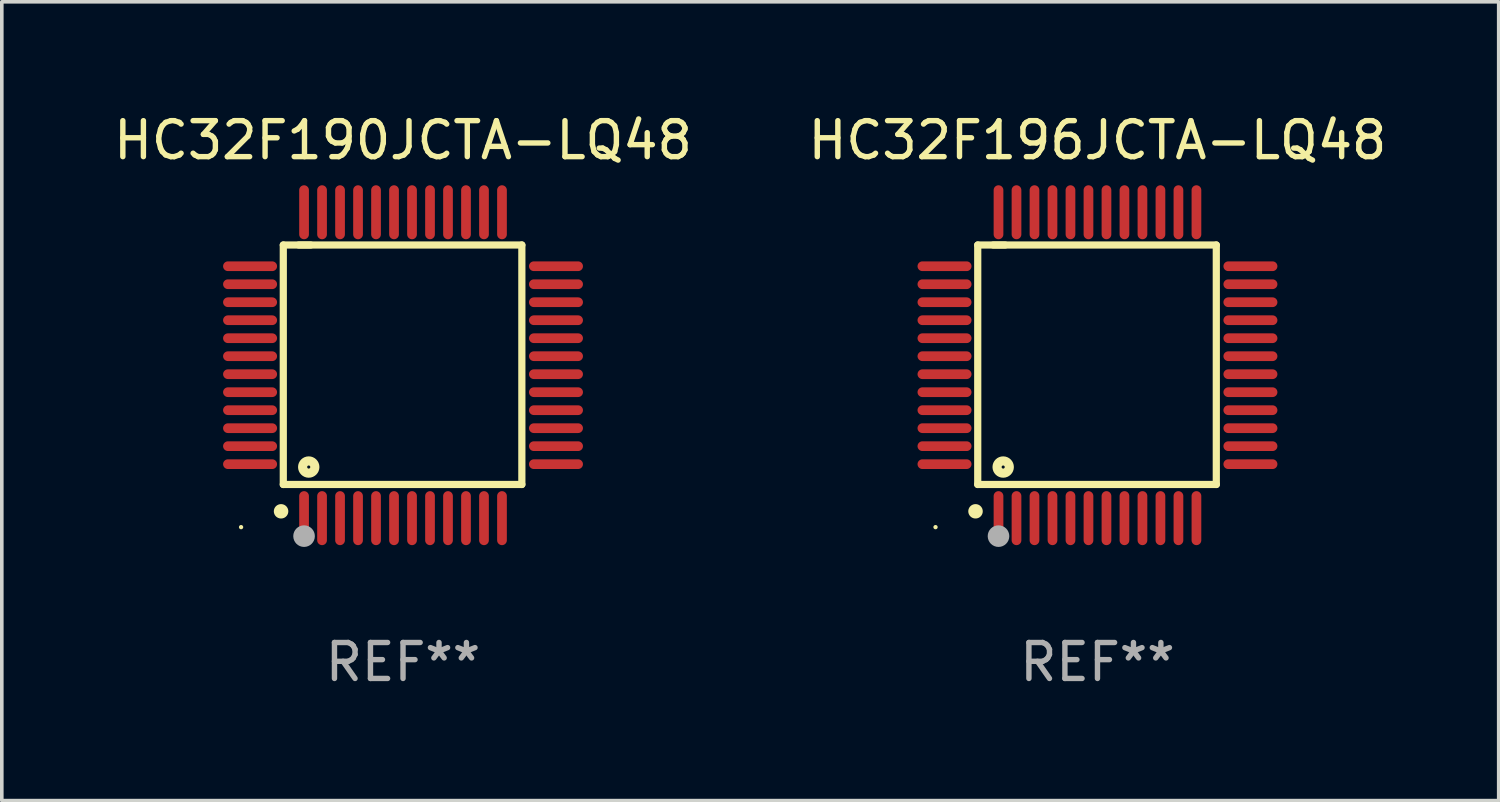
<source format=kicad_pcb>
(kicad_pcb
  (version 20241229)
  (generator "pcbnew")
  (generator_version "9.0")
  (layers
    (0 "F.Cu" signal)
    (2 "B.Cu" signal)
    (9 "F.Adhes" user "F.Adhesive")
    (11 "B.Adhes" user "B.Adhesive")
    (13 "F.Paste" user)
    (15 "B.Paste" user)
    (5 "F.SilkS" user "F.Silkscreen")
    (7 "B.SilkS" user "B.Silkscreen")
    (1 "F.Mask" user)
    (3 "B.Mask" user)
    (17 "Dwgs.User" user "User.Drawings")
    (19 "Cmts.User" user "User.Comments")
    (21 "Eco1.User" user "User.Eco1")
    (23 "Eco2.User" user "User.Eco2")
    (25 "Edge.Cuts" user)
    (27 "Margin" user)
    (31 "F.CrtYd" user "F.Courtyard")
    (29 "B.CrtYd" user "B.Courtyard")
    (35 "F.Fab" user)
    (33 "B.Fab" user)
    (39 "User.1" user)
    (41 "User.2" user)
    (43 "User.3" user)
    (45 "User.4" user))
  (footprint "HC32F196JCTA-LQ48"
    (layer "F.Cu")
    (at 27.446 7.098)
    (property "Reference" "HC32F196JCTA-LQ48" (at 0 -6.25 0) (layer "F.SilkS") (effects (font (size 1 1) (thickness 0.15))))
    (attr through_hole)
    (fp_line (start -3.327 -3.34) (end -2.565 -3.34) (stroke (width 0.2) (type solid)) (layer "F.SilkS"))
    (fp_line (start -3.327 3.315) (end -3.327 -3.34) (stroke (width 0.2) (type solid)) (layer "F.SilkS"))
    (fp_line (start -2.896 -3.34) (end 3.302 -3.34) (stroke (width 0.2) (type solid)) (layer "F.SilkS"))
    (fp_line (start 3.302 -3.34) (end 3.302 3.315) (stroke (width 0.2) (type solid)) (layer "F.SilkS"))
    (fp_line (start 3.302 3.315) (end -3.327 3.315) (stroke (width 0.2) (type solid)) (layer "F.SilkS"))
    (fp_arc (start -3.389992 4.059995) (mid -3.388722 4.059991) (end -3.387452 4.059995) (stroke (width 0.4) (type solid)) (layer "F.SilkS"))
    (fp_circle (center -4.5 4.5) (end -4.47 4.5) (stroke (width 0.06) (type solid)) (fill no) (layer "F.SilkS"))
    (fp_circle (center -2.62 2.83) (end -2.45 2.83) (stroke (width 0.254) (type solid)) (fill no) (layer "F.SilkS"))
    (fp_circle (center -2.75 4.75) (end -2.6 4.75) (stroke (width 0.3) (type solid)) (fill no) (layer "F.Fab"))
    (fp_text user "REF**" (at 0 8.25 0) (layer "F.Fab") (effects (font (size 1 1) (thickness 0.15))))
    (pad "1" smd oval (at -2.75 4.25) (size 0.27 1.5) (layers "F.Cu" "F.Mask" "F.Paste"))
    (pad "2" smd oval (at -2.25 4.25) (size 0.27 1.5) (layers "F.Cu" "F.Mask" "F.Paste"))
    (pad "3" smd oval (at -1.75 4.25) (size 0.27 1.5) (layers "F.Cu" "F.Mask" "F.Paste"))
    (pad "4" smd oval (at -1.25 4.25) (size 0.27 1.5) (layers "F.Cu" "F.Mask" "F.Paste"))
    (pad "5" smd oval (at -0.75 4.25) (size 0.27 1.5) (layers "F.Cu" "F.Mask" "F.Paste"))
    (pad "6" smd oval (at -0.25 4.25) (size 0.27 1.5) (layers "F.Cu" "F.Mask" "F.Paste"))
    (pad "7" smd oval (at 0.25 4.25) (size 0.27 1.5) (layers "F.Cu" "F.Mask" "F.Paste"))
    (pad "8" smd oval (at 0.75 4.25) (size 0.27 1.5) (layers "F.Cu" "F.Mask" "F.Paste"))
    (pad "9" smd oval (at 1.25 4.25) (size 0.27 1.5) (layers "F.Cu" "F.Mask" "F.Paste"))
    (pad "10" smd oval (at 1.75 4.25) (size 0.27 1.5) (layers "F.Cu" "F.Mask" "F.Paste"))
    (pad "11" smd oval (at 2.25 4.25) (size 0.27 1.5) (layers "F.Cu" "F.Mask" "F.Paste"))
    (pad "12" smd oval (at 2.75 4.25) (size 0.27 1.5) (layers "F.Cu" "F.Mask" "F.Paste"))
    (pad "13" smd oval (at 4.25 2.75) (size 1.5 0.27) (layers "F.Cu" "F.Mask" "F.Paste"))
    (pad "14" smd oval (at 4.25 2.25) (size 1.5 0.27) (layers "F.Cu" "F.Mask" "F.Paste"))
    (pad "15" smd oval (at 4.25 1.75) (size 1.5 0.27) (layers "F.Cu" "F.Mask" "F.Paste"))
    (pad "16" smd oval (at 4.25 1.25) (size 1.5 0.27) (layers "F.Cu" "F.Mask" "F.Paste"))
    (pad "17" smd oval (at 4.25 0.75) (size 1.5 0.27) (layers "F.Cu" "F.Mask" "F.Paste"))
    (pad "18" smd oval (at 4.25 0.25) (size 1.5 0.27) (layers "F.Cu" "F.Mask" "F.Paste"))
    (pad "19" smd oval (at 4.25 -0.25) (size 1.5 0.27) (layers "F.Cu" "F.Mask" "F.Paste"))
    (pad "20" smd oval (at 4.25 -0.75) (size 1.5 0.27) (layers "F.Cu" "F.Mask" "F.Paste"))
    (pad "21" smd oval (at 4.25 -1.25) (size 1.5 0.27) (layers "F.Cu" "F.Mask" "F.Paste"))
    (pad "22" smd oval (at 4.25 -1.75) (size 1.5 0.27) (layers "F.Cu" "F.Mask" "F.Paste"))
    (pad "23" smd oval (at 4.25 -2.25) (size 1.5 0.27) (layers "F.Cu" "F.Mask" "F.Paste"))
    (pad "24" smd oval (at 4.25 -2.75) (size 1.5 0.27) (layers "F.Cu" "F.Mask" "F.Paste"))
    (pad "25" smd oval (at 2.75 -4.25) (size 0.27 1.5) (layers "F.Cu" "F.Mask" "F.Paste"))
    (pad "26" smd oval (at 2.25 -4.25) (size 0.27 1.5) (layers "F.Cu" "F.Mask" "F.Paste"))
    (pad "27" smd oval (at 1.75 -4.25) (size 0.27 1.5) (layers "F.Cu" "F.Mask" "F.Paste"))
    (pad "28" smd oval (at 1.25 -4.25) (size 0.27 1.5) (layers "F.Cu" "F.Mask" "F.Paste"))
    (pad "29" smd oval (at 0.75 -4.25) (size 0.27 1.5) (layers "F.Cu" "F.Mask" "F.Paste"))
    (pad "30" smd oval (at 0.25 -4.25) (size 0.27 1.5) (layers "F.Cu" "F.Mask" "F.Paste"))
    (pad "31" smd oval (at -0.25 -4.25) (size 0.27 1.5) (layers "F.Cu" "F.Mask" "F.Paste"))
    (pad "32" smd oval (at -0.75 -4.25) (size 0.27 1.5) (layers "F.Cu" "F.Mask" "F.Paste"))
    (pad "33" smd oval (at -1.25 -4.25) (size 0.27 1.5) (layers "F.Cu" "F.Mask" "F.Paste"))
    (pad "34" smd oval (at -1.75 -4.25) (size 0.27 1.5) (layers "F.Cu" "F.Mask" "F.Paste"))
    (pad "35" smd oval (at -2.25 -4.25) (size 0.27 1.5) (layers "F.Cu" "F.Mask" "F.Paste"))
    (pad "36" smd oval (at -2.75 -4.25) (size 0.27 1.5) (layers "F.Cu" "F.Mask" "F.Paste"))
    (pad "37" smd oval (at -4.25 -2.75) (size 1.5 0.27) (layers "F.Cu" "F.Mask" "F.Paste"))
    (pad "38" smd oval (at -4.25 -2.25) (size 1.5 0.27) (layers "F.Cu" "F.Mask" "F.Paste"))
    (pad "39" smd oval (at -4.25 -1.75) (size 1.5 0.27) (layers "F.Cu" "F.Mask" "F.Paste"))
    (pad "40" smd oval (at -4.25 -1.25) (size 1.5 0.27) (layers "F.Cu" "F.Mask" "F.Paste"))
    (pad "41" smd oval (at -4.25 -0.75) (size 1.5 0.27) (layers "F.Cu" "F.Mask" "F.Paste"))
    (pad "42" smd oval (at -4.25 -0.25) (size 1.5 0.27) (layers "F.Cu" "F.Mask" "F.Paste"))
    (pad "43" smd oval (at -4.25 0.25) (size 1.5 0.27) (layers "F.Cu" "F.Mask" "F.Paste"))
    (pad "44" smd oval (at -4.25 0.75) (size 1.5 0.27) (layers "F.Cu" "F.Mask" "F.Paste"))
    (pad "45" smd oval (at -4.25 1.25) (size 1.5 0.27) (layers "F.Cu" "F.Mask" "F.Paste"))
    (pad "46" smd oval (at -4.25 1.75) (size 1.5 0.27) (layers "F.Cu" "F.Mask" "F.Paste"))
    (pad "47" smd oval (at -4.25 2.25) (size 1.5 0.27) (layers "F.Cu" "F.Mask" "F.Paste"))
    (pad "48" smd oval (at -4.25 2.75) (size 1.5 0.27) (layers "F.Cu" "F.Mask" "F.Paste")))
  (footprint "HC32F190JCTA-LQ48"
    (layer "F.Cu")
    (at 8.149 7.098)
    (property "Reference" "HC32F190JCTA-LQ48" (at 0 -6.25 0) (layer "F.SilkS") (effects (font (size 1 1) (thickness 0.15))))
    (attr through_hole)
    (fp_line (start -3.327 -3.34) (end -2.565 -3.34) (stroke (width 0.2) (type solid)) (layer "F.SilkS"))
    (fp_line (start -3.327 3.315) (end -3.327 -3.34) (stroke (width 0.2) (type solid)) (layer "F.SilkS"))
    (fp_line (start -2.896 -3.34) (end 3.302 -3.34) (stroke (width 0.2) (type solid)) (layer "F.SilkS"))
    (fp_line (start 3.302 -3.34) (end 3.302 3.315) (stroke (width 0.2) (type solid)) (layer "F.SilkS"))
    (fp_line (start 3.302 3.315) (end -3.327 3.315) (stroke (width 0.2) (type solid)) (layer "F.SilkS"))
    (fp_arc (start -3.389992 4.059995) (mid -3.388722 4.059991) (end -3.387452 4.059995) (stroke (width 0.4) (type solid)) (layer "F.SilkS"))
    (fp_circle (center -4.5 4.5) (end -4.47 4.5) (stroke (width 0.06) (type solid)) (fill no) (layer "F.SilkS"))
    (fp_circle (center -2.62 2.83) (end -2.45 2.83) (stroke (width 0.254) (type solid)) (fill no) (layer "F.SilkS"))
    (fp_circle (center -2.75 4.75) (end -2.6 4.75) (stroke (width 0.3) (type solid)) (fill no) (layer "F.Fab"))
    (fp_text user "REF**" (at 0 8.25 0) (layer "F.Fab") (effects (font (size 1 1) (thickness 0.15))))
    (pad "1" smd oval (at -2.75 4.25) (size 0.27 1.5) (layers "F.Cu" "F.Mask" "F.Paste"))
    (pad "2" smd oval (at -2.25 4.25) (size 0.27 1.5) (layers "F.Cu" "F.Mask" "F.Paste"))
    (pad "3" smd oval (at -1.75 4.25) (size 0.27 1.5) (layers "F.Cu" "F.Mask" "F.Paste"))
    (pad "4" smd oval (at -1.25 4.25) (size 0.27 1.5) (layers "F.Cu" "F.Mask" "F.Paste"))
    (pad "5" smd oval (at -0.75 4.25) (size 0.27 1.5) (layers "F.Cu" "F.Mask" "F.Paste"))
    (pad "6" smd oval (at -0.25 4.25) (size 0.27 1.5) (layers "F.Cu" "F.Mask" "F.Paste"))
    (pad "7" smd oval (at 0.25 4.25) (size 0.27 1.5) (layers "F.Cu" "F.Mask" "F.Paste"))
    (pad "8" smd oval (at 0.75 4.25) (size 0.27 1.5) (layers "F.Cu" "F.Mask" "F.Paste"))
    (pad "9" smd oval (at 1.25 4.25) (size 0.27 1.5) (layers "F.Cu" "F.Mask" "F.Paste"))
    (pad "10" smd oval (at 1.75 4.25) (size 0.27 1.5) (layers "F.Cu" "F.Mask" "F.Paste"))
    (pad "11" smd oval (at 2.25 4.25) (size 0.27 1.5) (layers "F.Cu" "F.Mask" "F.Paste"))
    (pad "12" smd oval (at 2.75 4.25) (size 0.27 1.5) (layers "F.Cu" "F.Mask" "F.Paste"))
    (pad "13" smd oval (at 4.25 2.75) (size 1.5 0.27) (layers "F.Cu" "F.Mask" "F.Paste"))
    (pad "14" smd oval (at 4.25 2.25) (size 1.5 0.27) (layers "F.Cu" "F.Mask" "F.Paste"))
    (pad "15" smd oval (at 4.25 1.75) (size 1.5 0.27) (layers "F.Cu" "F.Mask" "F.Paste"))
    (pad "16" smd oval (at 4.25 1.25) (size 1.5 0.27) (layers "F.Cu" "F.Mask" "F.Paste"))
    (pad "17" smd oval (at 4.25 0.75) (size 1.5 0.27) (layers "F.Cu" "F.Mask" "F.Paste"))
    (pad "18" smd oval (at 4.25 0.25) (size 1.5 0.27) (layers "F.Cu" "F.Mask" "F.Paste"))
    (pad "19" smd oval (at 4.25 -0.25) (size 1.5 0.27) (layers "F.Cu" "F.Mask" "F.Paste"))
    (pad "20" smd oval (at 4.25 -0.75) (size 1.5 0.27) (layers "F.Cu" "F.Mask" "F.Paste"))
    (pad "21" smd oval (at 4.25 -1.25) (size 1.5 0.27) (layers "F.Cu" "F.Mask" "F.Paste"))
    (pad "22" smd oval (at 4.25 -1.75) (size 1.5 0.27) (layers "F.Cu" "F.Mask" "F.Paste"))
    (pad "23" smd oval (at 4.25 -2.25) (size 1.5 0.27) (layers "F.Cu" "F.Mask" "F.Paste"))
    (pad "24" smd oval (at 4.25 -2.75) (size 1.5 0.27) (layers "F.Cu" "F.Mask" "F.Paste"))
    (pad "25" smd oval (at 2.75 -4.25) (size 0.27 1.5) (layers "F.Cu" "F.Mask" "F.Paste"))
    (pad "26" smd oval (at 2.25 -4.25) (size 0.27 1.5) (layers "F.Cu" "F.Mask" "F.Paste"))
    (pad "27" smd oval (at 1.75 -4.25) (size 0.27 1.5) (layers "F.Cu" "F.Mask" "F.Paste"))
    (pad "28" smd oval (at 1.25 -4.25) (size 0.27 1.5) (layers "F.Cu" "F.Mask" "F.Paste"))
    (pad "29" smd oval (at 0.75 -4.25) (size 0.27 1.5) (layers "F.Cu" "F.Mask" "F.Paste"))
    (pad "30" smd oval (at 0.25 -4.25) (size 0.27 1.5) (layers "F.Cu" "F.Mask" "F.Paste"))
    (pad "31" smd oval (at -0.25 -4.25) (size 0.27 1.5) (layers "F.Cu" "F.Mask" "F.Paste"))
    (pad "32" smd oval (at -0.75 -4.25) (size 0.27 1.5) (layers "F.Cu" "F.Mask" "F.Paste"))
    (pad "33" smd oval (at -1.25 -4.25) (size 0.27 1.5) (layers "F.Cu" "F.Mask" "F.Paste"))
    (pad "34" smd oval (at -1.75 -4.25) (size 0.27 1.5) (layers "F.Cu" "F.Mask" "F.Paste"))
    (pad "35" smd oval (at -2.25 -4.25) (size 0.27 1.5) (layers "F.Cu" "F.Mask" "F.Paste"))
    (pad "36" smd oval (at -2.75 -4.25) (size 0.27 1.5) (layers "F.Cu" "F.Mask" "F.Paste"))
    (pad "37" smd oval (at -4.25 -2.75) (size 1.5 0.27) (layers "F.Cu" "F.Mask" "F.Paste"))
    (pad "38" smd oval (at -4.25 -2.25) (size 1.5 0.27) (layers "F.Cu" "F.Mask" "F.Paste"))
    (pad "39" smd oval (at -4.25 -1.75) (size 1.5 0.27) (layers "F.Cu" "F.Mask" "F.Paste"))
    (pad "40" smd oval (at -4.25 -1.25) (size 1.5 0.27) (layers "F.Cu" "F.Mask" "F.Paste"))
    (pad "41" smd oval (at -4.25 -0.75) (size 1.5 0.27) (layers "F.Cu" "F.Mask" "F.Paste"))
    (pad "42" smd oval (at -4.25 -0.25) (size 1.5 0.27) (layers "F.Cu" "F.Mask" "F.Paste"))
    (pad "43" smd oval (at -4.25 0.25) (size 1.5 0.27) (layers "F.Cu" "F.Mask" "F.Paste"))
    (pad "44" smd oval (at -4.25 0.75) (size 1.5 0.27) (layers "F.Cu" "F.Mask" "F.Paste"))
    (pad "45" smd oval (at -4.25 1.25) (size 1.5 0.27) (layers "F.Cu" "F.Mask" "F.Paste"))
    (pad "46" smd oval (at -4.25 1.75) (size 1.5 0.27) (layers "F.Cu" "F.Mask" "F.Paste"))
    (pad "47" smd oval (at -4.25 2.25) (size 1.5 0.27) (layers "F.Cu" "F.Mask" "F.Paste"))
    (pad "48" smd oval (at -4.25 2.75) (size 1.5 0.27) (layers "F.Cu" "F.Mask" "F.Paste")))
  (gr_rect
    (start -3 -3)
    (end 38.595 19.196)
    (stroke (width 0.1) (type default))
    (fill no)
    (layer "Edge.Cuts")))
</source>
